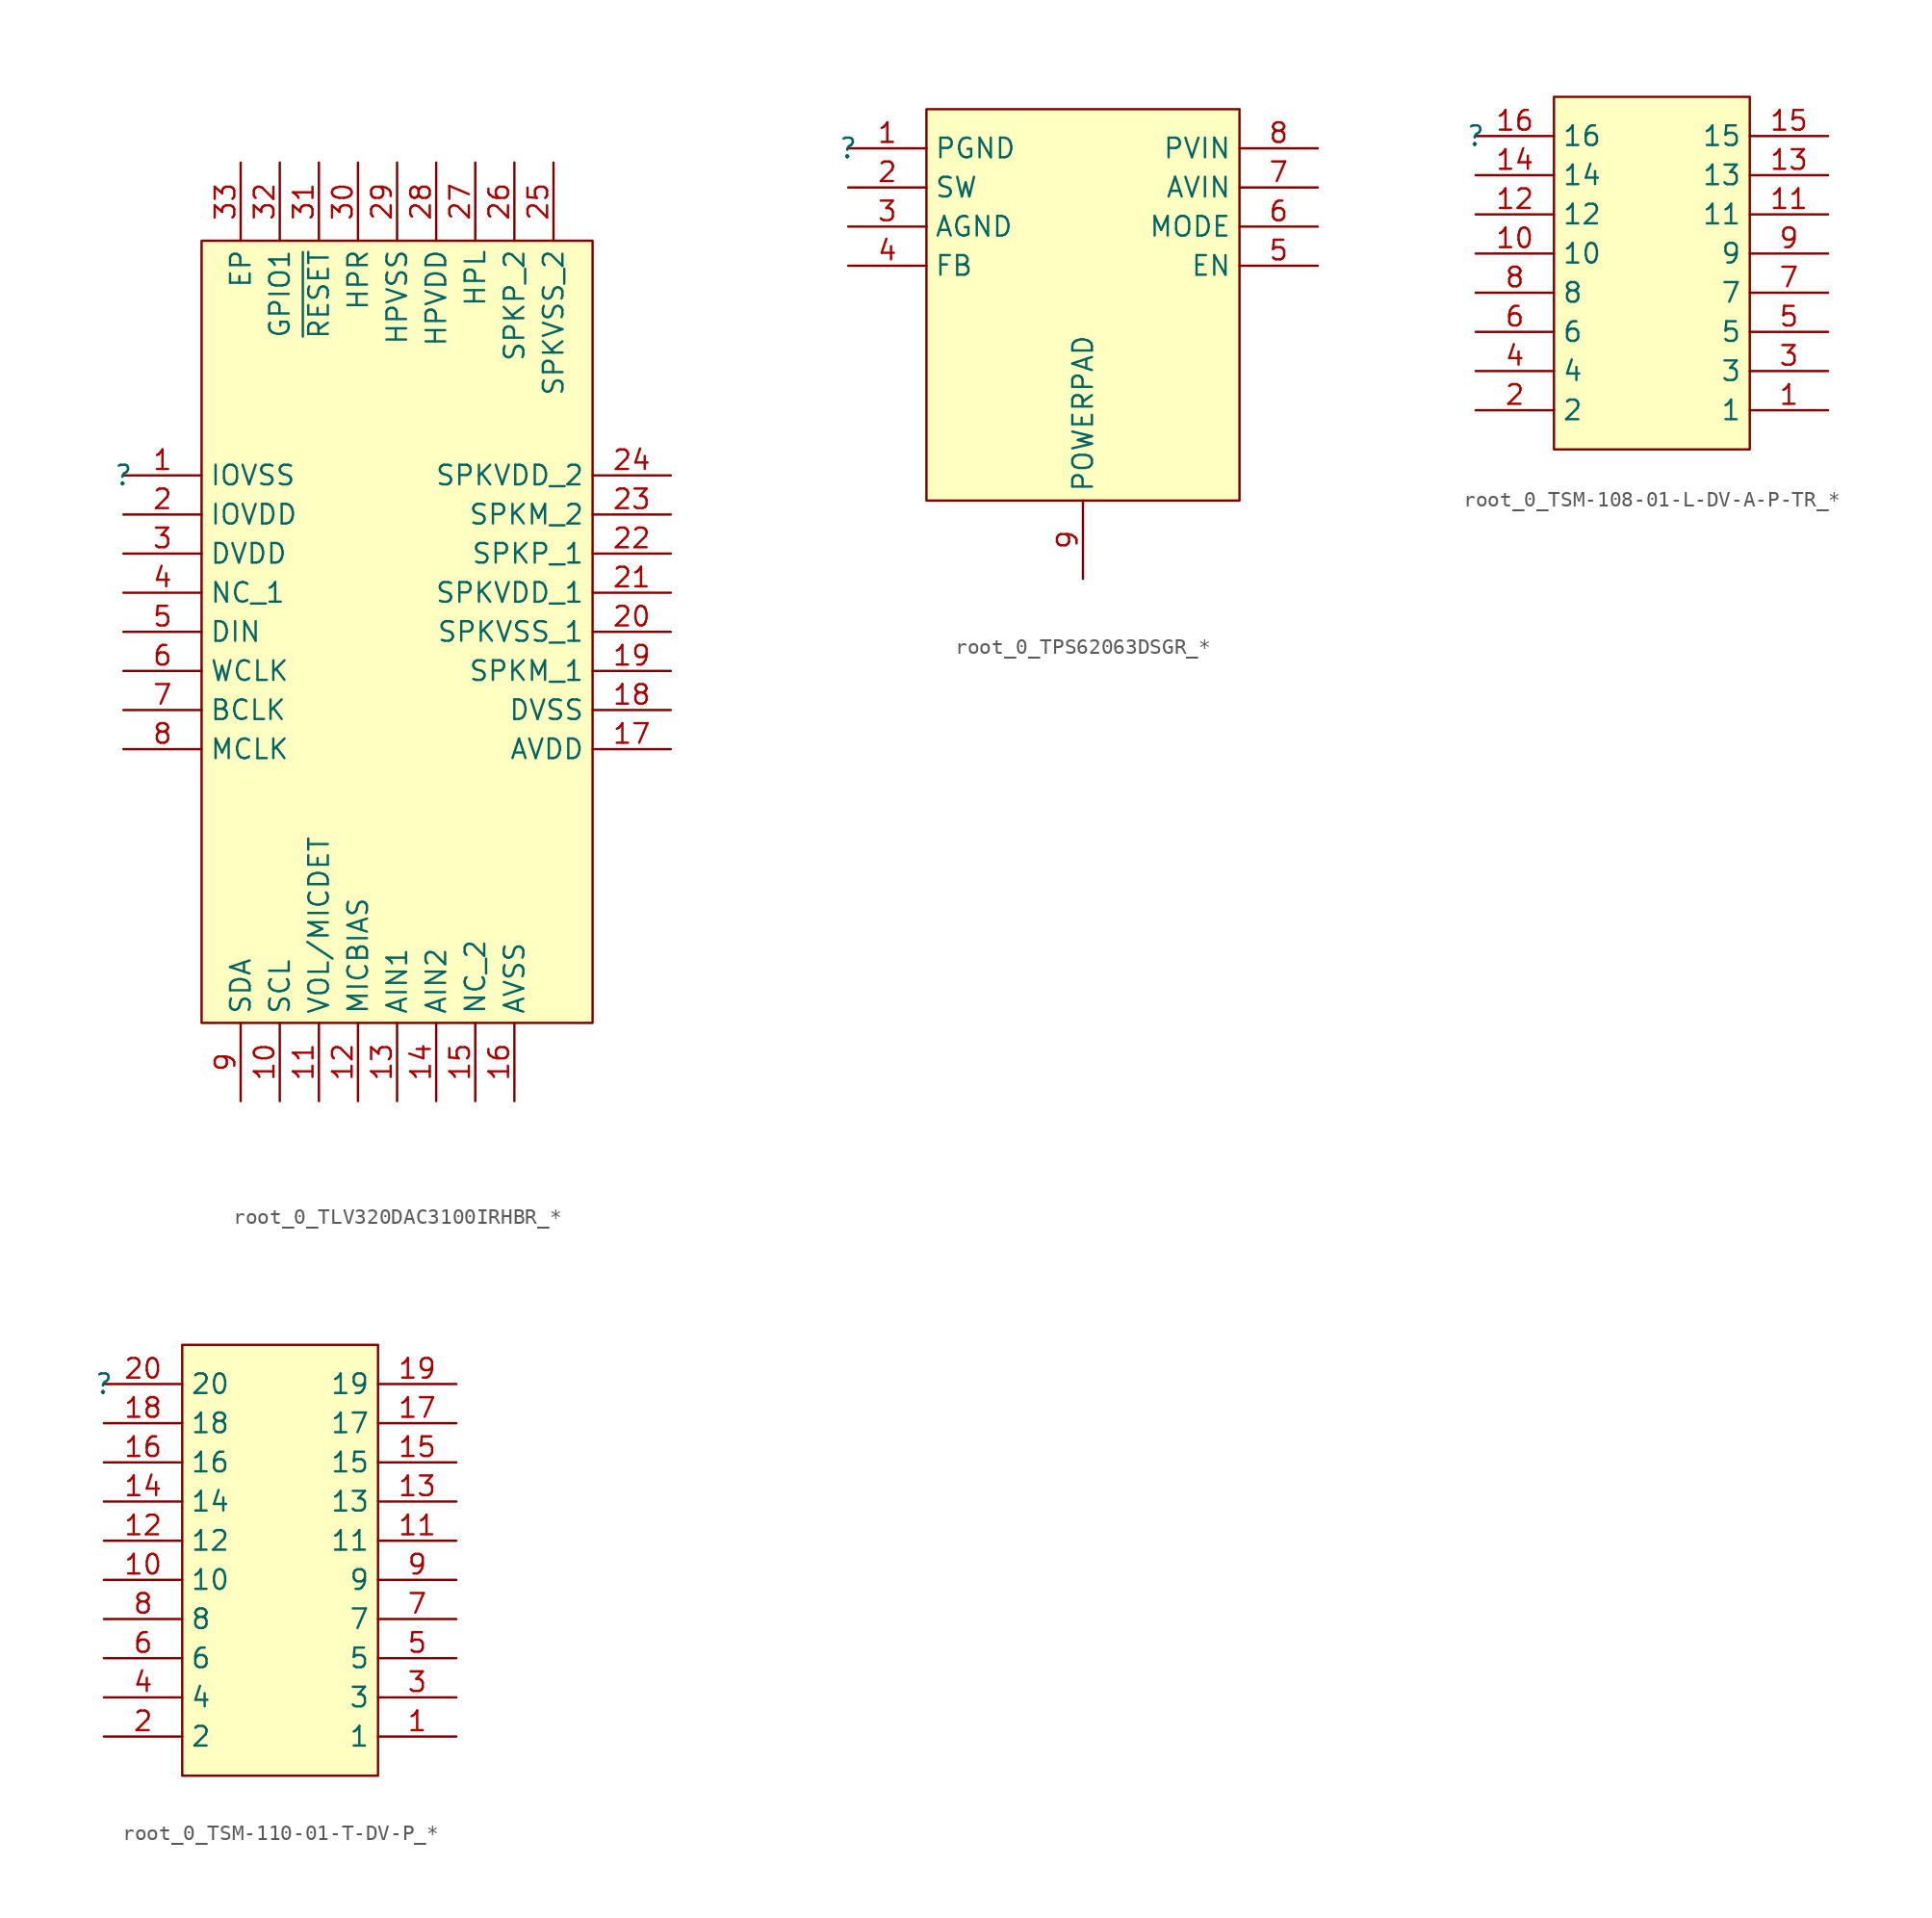
<source format=kicad_sym>
(kicad_symbol_lib
  (version 20241209)
  (generator "kicad_symbol_editor")
  (generator_version "9.0")
  (symbol "root_0_TLV320DAC3100IRHBR_*"
    (property "Reference" ""
      (at 0 0 0)
      (effects (font (size 1.27 1.27))))
    (property "Value" ""
      (at 0 0 0)
      (effects (font (size 1.27 1.27))))
    (symbol "root_0_TLV320DAC3100IRHBR_*_1_0"
      (rectangle (start 30.48 15.24) (end 5.08 -35.56) (stroke (width 0) (type solid) (color 128 0 0 1)) (fill (type background)))
      (pin passive line (at 0 0 0) (length 5.08) (name "IOVSS" (effects (font (size 1.27 1.27)))) (number "1" (effects (font (size 1.27 1.27)))))
      (pin passive line (at 0 -2.54 0) (length 5.08) (name "IOVDD" (effects (font (size 1.27 1.27)))) (number "2" (effects (font (size 1.27 1.27)))))
      (pin passive line (at 0 -5.08 0) (length 5.08) (name "DVDD" (effects (font (size 1.27 1.27)))) (number "3" (effects (font (size 1.27 1.27)))))
      (pin passive line (at 0 -7.62 0) (length 5.08) (name "NC_1" (effects (font (size 1.27 1.27)))) (number "4" (effects (font (size 1.27 1.27)))))
      (pin passive line (at 0 -10.16 0) (length 5.08) (name "DIN" (effects (font (size 1.27 1.27)))) (number "5" (effects (font (size 1.27 1.27)))))
      (pin passive line (at 0 -12.7 0) (length 5.08) (name "WCLK" (effects (font (size 1.27 1.27)))) (number "6" (effects (font (size 1.27 1.27)))))
      (pin passive line (at 0 -15.24 0) (length 5.08) (name "BCLK" (effects (font (size 1.27 1.27)))) (number "7" (effects (font (size 1.27 1.27)))))
      (pin passive line (at 0 -17.78 0) (length 5.08) (name "MCLK" (effects (font (size 1.27 1.27)))) (number "8" (effects (font (size 1.27 1.27)))))
      (pin passive line (at 7.62 20.32 270) (length 5.08) (name "EP" (effects (font (size 1.27 1.27)))) (number "33" (effects (font (size 1.27 1.27)))))
      (pin passive line (at 7.62 -40.64 90) (length 5.08) (name "SDA" (effects (font (size 1.27 1.27)))) (number "9" (effects (font (size 1.27 1.27)))))
      (pin passive line (at 10.16 20.32 270) (length 5.08) (name "GPIO1" (effects (font (size 1.27 1.27)))) (number "32" (effects (font (size 1.27 1.27)))))
      (pin passive line (at 10.16 -40.64 90) (length 5.08) (name "SCL" (effects (font (size 1.27 1.27)))) (number "10" (effects (font (size 1.27 1.27)))))
      (pin passive line (at 12.7 20.32 270) (length 5.08) (name "~{RESET}" (effects (font (size 1.27 1.27)))) (number "31" (effects (font (size 1.27 1.27)))))
      (pin passive line (at 12.7 -40.64 90) (length 5.08) (name "VOL/MICDET" (effects (font (size 1.27 1.27)))) (number "11" (effects (font (size 1.27 1.27)))))
      (pin passive line (at 15.24 20.32 270) (length 5.08) (name "HPR" (effects (font (size 1.27 1.27)))) (number "30" (effects (font (size 1.27 1.27)))))
      (pin passive line (at 15.24 -40.64 90) (length 5.08) (name "MICBIAS" (effects (font (size 1.27 1.27)))) (number "12" (effects (font (size 1.27 1.27)))))
      (pin passive line (at 17.78 20.32 270) (length 5.08) (name "HPVSS" (effects (font (size 1.27 1.27)))) (number "29" (effects (font (size 1.27 1.27)))))
      (pin passive line (at 17.78 -40.64 90) (length 5.08) (name "AIN1" (effects (font (size 1.27 1.27)))) (number "13" (effects (font (size 1.27 1.27)))))
      (pin passive line (at 20.32 20.32 270) (length 5.08) (name "HPVDD" (effects (font (size 1.27 1.27)))) (number "28" (effects (font (size 1.27 1.27)))))
      (pin passive line (at 20.32 -40.64 90) (length 5.08) (name "AIN2" (effects (font (size 1.27 1.27)))) (number "14" (effects (font (size 1.27 1.27)))))
      (pin passive line (at 22.86 20.32 270) (length 5.08) (name "HPL" (effects (font (size 1.27 1.27)))) (number "27" (effects (font (size 1.27 1.27)))))
      (pin passive line (at 22.86 -40.64 90) (length 5.08) (name "NC_2" (effects (font (size 1.27 1.27)))) (number "15" (effects (font (size 1.27 1.27)))))
      (pin passive line (at 25.4 20.32 270) (length 5.08) (name "SPKP_2" (effects (font (size 1.27 1.27)))) (number "26" (effects (font (size 1.27 1.27)))))
      (pin passive line (at 25.4 -40.64 90) (length 5.08) (name "AVSS" (effects (font (size 1.27 1.27)))) (number "16" (effects (font (size 1.27 1.27)))))
      (pin passive line (at 27.94 20.32 270) (length 5.08) (name "SPKVSS_2" (effects (font (size 1.27 1.27)))) (number "25" (effects (font (size 1.27 1.27)))))
      (pin passive line (at 35.56 0 180) (length 5.08) (name "SPKVDD_2" (effects (font (size 1.27 1.27)))) (number "24" (effects (font (size 1.27 1.27)))))
      (pin passive line (at 35.56 -2.54 180) (length 5.08) (name "SPKM_2" (effects (font (size 1.27 1.27)))) (number "23" (effects (font (size 1.27 1.27)))))
      (pin passive line (at 35.56 -5.08 180) (length 5.08) (name "SPKP_1" (effects (font (size 1.27 1.27)))) (number "22" (effects (font (size 1.27 1.27)))))
      (pin passive line (at 35.56 -7.62 180) (length 5.08) (name "SPKVDD_1" (effects (font (size 1.27 1.27)))) (number "21" (effects (font (size 1.27 1.27)))))
      (pin passive line (at 35.56 -10.16 180) (length 5.08) (name "SPKVSS_1" (effects (font (size 1.27 1.27)))) (number "20" (effects (font (size 1.27 1.27)))))
      (pin passive line (at 35.56 -12.7 180) (length 5.08) (name "SPKM_1" (effects (font (size 1.27 1.27)))) (number "19" (effects (font (size 1.27 1.27)))))
      (pin passive line (at 35.56 -15.24 180) (length 5.08) (name "DVSS" (effects (font (size 1.27 1.27)))) (number "18" (effects (font (size 1.27 1.27)))))
      (pin passive line (at 35.56 -17.78 180) (length 5.08) (name "AVDD" (effects (font (size 1.27 1.27)))) (number "17" (effects (font (size 1.27 1.27)))))))
  (symbol "root_0_TPS62063DSGR_*"
    (property "Reference" ""
      (at 0 0 0)
      (effects (font (size 1.27 1.27))))
    (property "Value" ""
      (at 0 0 0)
      (effects (font (size 1.27 1.27))))
    (symbol "root_0_TPS62063DSGR_*_1_0"
      (rectangle (start 25.4 2.54) (end 5.08 -22.86) (stroke (width 0) (type solid) (color 128 0 0 1)) (fill (type background)))
      (pin passive line (at 0 0 0) (length 5.08) (name "PGND" (effects (font (size 1.27 1.27)))) (number "1" (effects (font (size 1.27 1.27)))))
      (pin passive line (at 0 -2.54 0) (length 5.08) (name "SW" (effects (font (size 1.27 1.27)))) (number "2" (effects (font (size 1.27 1.27)))))
      (pin passive line (at 0 -5.08 0) (length 5.08) (name "AGND" (effects (font (size 1.27 1.27)))) (number "3" (effects (font (size 1.27 1.27)))))
      (pin passive line (at 0 -7.62 0) (length 5.08) (name "FB" (effects (font (size 1.27 1.27)))) (number "4" (effects (font (size 1.27 1.27)))))
      (pin passive line (at 15.24 -27.94 90) (length 5.08) (name "POWERPAD" (effects (font (size 1.27 1.27)))) (number "9" (effects (font (size 1.27 1.27)))))
      (pin passive line (at 30.48 0 180) (length 5.08) (name "PVIN" (effects (font (size 1.27 1.27)))) (number "8" (effects (font (size 1.27 1.27)))))
      (pin passive line (at 30.48 -2.54 180) (length 5.08) (name "AVIN" (effects (font (size 1.27 1.27)))) (number "7" (effects (font (size 1.27 1.27)))))
      (pin passive line (at 30.48 -5.08 180) (length 5.08) (name "MODE" (effects (font (size 1.27 1.27)))) (number "6" (effects (font (size 1.27 1.27)))))
      (pin passive line (at 30.48 -7.62 180) (length 5.08) (name "EN" (effects (font (size 1.27 1.27)))) (number "5" (effects (font (size 1.27 1.27)))))))
  (symbol "root_0_TSM-108-01-L-DV-A-P-TR_*"
    (property "Reference" ""
      (at 0 0 0)
      (effects (font (size 1.27 1.27))))
    (property "Value" ""
      (at 0 0 0)
      (effects (font (size 1.27 1.27))))
    (symbol "root_0_TSM-108-01-L-DV-A-P-TR_*_1_0"
      (rectangle (start 17.78 2.54) (end 5.08 -20.32) (stroke (width 0) (type solid) (color 128 0 0 1)) (fill (type background)))
      (pin passive line (at 0 0 0) (length 5.08) (name "16" (effects (font (size 1.27 1.27)))) (number "16" (effects (font (size 1.27 1.27)))))
      (pin passive line (at 0 -2.54 0) (length 5.08) (name "14" (effects (font (size 1.27 1.27)))) (number "14" (effects (font (size 1.27 1.27)))))
      (pin passive line (at 0 -5.08 0) (length 5.08) (name "12" (effects (font (size 1.27 1.27)))) (number "12" (effects (font (size 1.27 1.27)))))
      (pin passive line (at 0 -7.62 0) (length 5.08) (name "10" (effects (font (size 1.27 1.27)))) (number "10" (effects (font (size 1.27 1.27)))))
      (pin passive line (at 0 -10.16 0) (length 5.08) (name "8" (effects (font (size 1.27 1.27)))) (number "8" (effects (font (size 1.27 1.27)))))
      (pin passive line (at 0 -12.7 0) (length 5.08) (name "6" (effects (font (size 1.27 1.27)))) (number "6" (effects (font (size 1.27 1.27)))))
      (pin passive line (at 0 -15.24 0) (length 5.08) (name "4" (effects (font (size 1.27 1.27)))) (number "4" (effects (font (size 1.27 1.27)))))
      (pin passive line (at 0 -17.78 0) (length 5.08) (name "2" (effects (font (size 1.27 1.27)))) (number "2" (effects (font (size 1.27 1.27)))))
      (pin passive line (at 22.86 0 180) (length 5.08) (name "15" (effects (font (size 1.27 1.27)))) (number "15" (effects (font (size 1.27 1.27)))))
      (pin passive line (at 22.86 -2.54 180) (length 5.08) (name "13" (effects (font (size 1.27 1.27)))) (number "13" (effects (font (size 1.27 1.27)))))
      (pin passive line (at 22.86 -5.08 180) (length 5.08) (name "11" (effects (font (size 1.27 1.27)))) (number "11" (effects (font (size 1.27 1.27)))))
      (pin passive line (at 22.86 -7.62 180) (length 5.08) (name "9" (effects (font (size 1.27 1.27)))) (number "9" (effects (font (size 1.27 1.27)))))
      (pin passive line (at 22.86 -10.16 180) (length 5.08) (name "7" (effects (font (size 1.27 1.27)))) (number "7" (effects (font (size 1.27 1.27)))))
      (pin passive line (at 22.86 -12.7 180) (length 5.08) (name "5" (effects (font (size 1.27 1.27)))) (number "5" (effects (font (size 1.27 1.27)))))
      (pin passive line (at 22.86 -15.24 180) (length 5.08) (name "3" (effects (font (size 1.27 1.27)))) (number "3" (effects (font (size 1.27 1.27)))))
      (pin passive line (at 22.86 -17.78 180) (length 5.08) (name "1" (effects (font (size 1.27 1.27)))) (number "1" (effects (font (size 1.27 1.27)))))))
  (symbol "root_0_TSM-110-01-T-DV-P_*"
    (property "Reference" ""
      (at 0 0 0)
      (effects (font (size 1.27 1.27))))
    (property "Value" ""
      (at 0 0 0)
      (effects (font (size 1.27 1.27))))
    (symbol "root_0_TSM-110-01-T-DV-P_*_1_0"
      (rectangle (start 17.78 2.54) (end 5.08 -25.4) (stroke (width 0) (type solid) (color 128 0 0 1)) (fill (type background)))
      (pin passive line (at 0 0 0) (length 5.08) (name "20" (effects (font (size 1.27 1.27)))) (number "20" (effects (font (size 1.27 1.27)))))
      (pin passive line (at 0 -2.54 0) (length 5.08) (name "18" (effects (font (size 1.27 1.27)))) (number "18" (effects (font (size 1.27 1.27)))))
      (pin passive line (at 0 -5.08 0) (length 5.08) (name "16" (effects (font (size 1.27 1.27)))) (number "16" (effects (font (size 1.27 1.27)))))
      (pin passive line (at 0 -7.62 0) (length 5.08) (name "14" (effects (font (size 1.27 1.27)))) (number "14" (effects (font (size 1.27 1.27)))))
      (pin passive line (at 0 -10.16 0) (length 5.08) (name "12" (effects (font (size 1.27 1.27)))) (number "12" (effects (font (size 1.27 1.27)))))
      (pin passive line (at 0 -12.7 0) (length 5.08) (name "10" (effects (font (size 1.27 1.27)))) (number "10" (effects (font (size 1.27 1.27)))))
      (pin passive line (at 0 -15.24 0) (length 5.08) (name "8" (effects (font (size 1.27 1.27)))) (number "8" (effects (font (size 1.27 1.27)))))
      (pin passive line (at 0 -17.78 0) (length 5.08) (name "6" (effects (font (size 1.27 1.27)))) (number "6" (effects (font (size 1.27 1.27)))))
      (pin passive line (at 0 -20.32 0) (length 5.08) (name "4" (effects (font (size 1.27 1.27)))) (number "4" (effects (font (size 1.27 1.27)))))
      (pin passive line (at 0 -22.86 0) (length 5.08) (name "2" (effects (font (size 1.27 1.27)))) (number "2" (effects (font (size 1.27 1.27)))))
      (pin passive line (at 22.86 0 180) (length 5.08) (name "19" (effects (font (size 1.27 1.27)))) (number "19" (effects (font (size 1.27 1.27)))))
      (pin passive line (at 22.86 -2.54 180) (length 5.08) (name "17" (effects (font (size 1.27 1.27)))) (number "17" (effects (font (size 1.27 1.27)))))
      (pin passive line (at 22.86 -5.08 180) (length 5.08) (name "15" (effects (font (size 1.27 1.27)))) (number "15" (effects (font (size 1.27 1.27)))))
      (pin passive line (at 22.86 -7.62 180) (length 5.08) (name "13" (effects (font (size 1.27 1.27)))) (number "13" (effects (font (size 1.27 1.27)))))
      (pin passive line (at 22.86 -10.16 180) (length 5.08) (name "11" (effects (font (size 1.27 1.27)))) (number "11" (effects (font (size 1.27 1.27)))))
      (pin passive line (at 22.86 -12.7 180) (length 5.08) (name "9" (effects (font (size 1.27 1.27)))) (number "9" (effects (font (size 1.27 1.27)))))
      (pin passive line (at 22.86 -15.24 180) (length 5.08) (name "7" (effects (font (size 1.27 1.27)))) (number "7" (effects (font (size 1.27 1.27)))))
      (pin passive line (at 22.86 -17.78 180) (length 5.08) (name "5" (effects (font (size 1.27 1.27)))) (number "5" (effects (font (size 1.27 1.27)))))
      (pin passive line (at 22.86 -20.32 180) (length 5.08) (name "3" (effects (font (size 1.27 1.27)))) (number "3" (effects (font (size 1.27 1.27)))))
      (pin passive line (at 22.86 -22.86 180) (length 5.08) (name "1" (effects (font (size 1.27 1.27)))) (number "1" (effects (font (size 1.27 1.27))))))))
</source>
